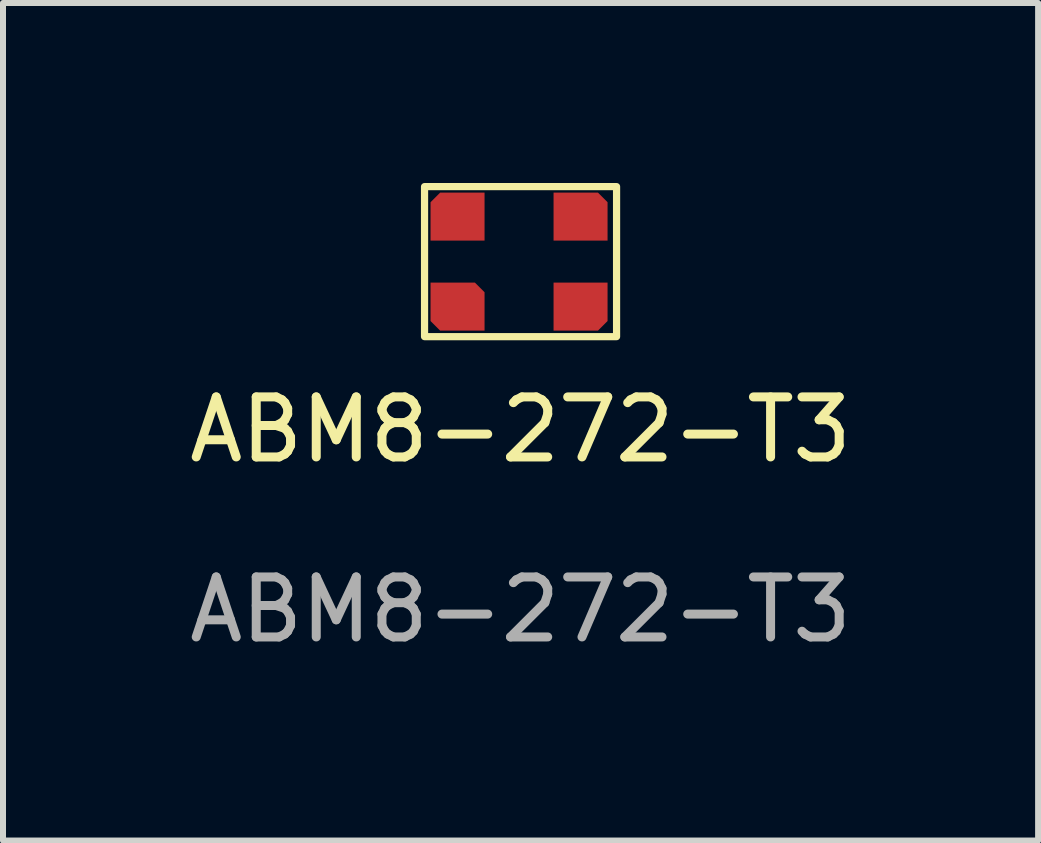
<source format=kicad_pcb>
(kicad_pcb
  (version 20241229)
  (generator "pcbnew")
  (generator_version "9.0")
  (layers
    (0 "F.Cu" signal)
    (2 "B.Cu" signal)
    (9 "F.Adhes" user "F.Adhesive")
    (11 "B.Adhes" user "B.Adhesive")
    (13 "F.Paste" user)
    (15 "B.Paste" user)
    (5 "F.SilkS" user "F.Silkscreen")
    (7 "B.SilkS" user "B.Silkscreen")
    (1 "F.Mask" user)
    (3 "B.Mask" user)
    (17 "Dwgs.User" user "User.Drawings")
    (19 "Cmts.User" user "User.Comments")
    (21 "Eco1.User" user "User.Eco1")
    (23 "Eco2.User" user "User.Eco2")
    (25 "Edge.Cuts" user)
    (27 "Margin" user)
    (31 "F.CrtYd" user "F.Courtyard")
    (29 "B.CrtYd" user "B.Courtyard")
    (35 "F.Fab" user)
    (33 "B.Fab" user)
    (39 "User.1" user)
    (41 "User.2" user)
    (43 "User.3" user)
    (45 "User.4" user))
  (footprint "ABM8-272-T3"
    (layer "F.Cu")
    (at 5.625 1.31)
    (property "Reference" "ABM8-272-T3" (at 0 2.8 0) (unlocked yes) (layer "F.SilkS") (effects (font (size 1 1) (thickness 0.15))))
    (attr smd)
    (fp_rect (start -1.6 -1.25) (end 1.6 1.25) (stroke (width 0.12) (type solid)) (fill no) (layer "F.SilkS"))
    (fp_text user "${REFERENCE}" (at 0 5.8 0) (unlocked yes) (layer "F.Fab") (effects (font (size 1 1) (thickness 0.15))))
    (pad "1" smd roundrect (at -1.05 0.75) (size 0.9 0.8) (layers "F.Cu" "F.Mask" "F.Paste") (roundrect_rratio 0) (chamfer_ratio 0.2) (chamfer top_right bottom_left))
    (pad "2" smd roundrect (at 1 0.75) (size 0.9 0.8) (layers "F.Cu" "F.Mask" "F.Paste") (roundrect_rratio 0) (chamfer_ratio 0.2) (chamfer bottom_right))
    (pad "3" smd roundrect (at 1 -0.75) (size 0.9 0.8) (layers "F.Cu" "F.Mask" "F.Paste") (roundrect_rratio 0) (chamfer_ratio 0.2) (chamfer top_right))
    (pad "4" smd roundrect (at -1.05 -0.75) (size 0.9 0.8) (layers "F.Cu" "F.Mask" "F.Paste") (roundrect_rratio 0) (chamfer_ratio 0.2) (chamfer top_left)))
  (gr_rect
    (start -3 -3)
    (end 14.25 10.958)
    (stroke (width 0.1) (type default))
    (fill no)
    (layer "Edge.Cuts")))
</source>
